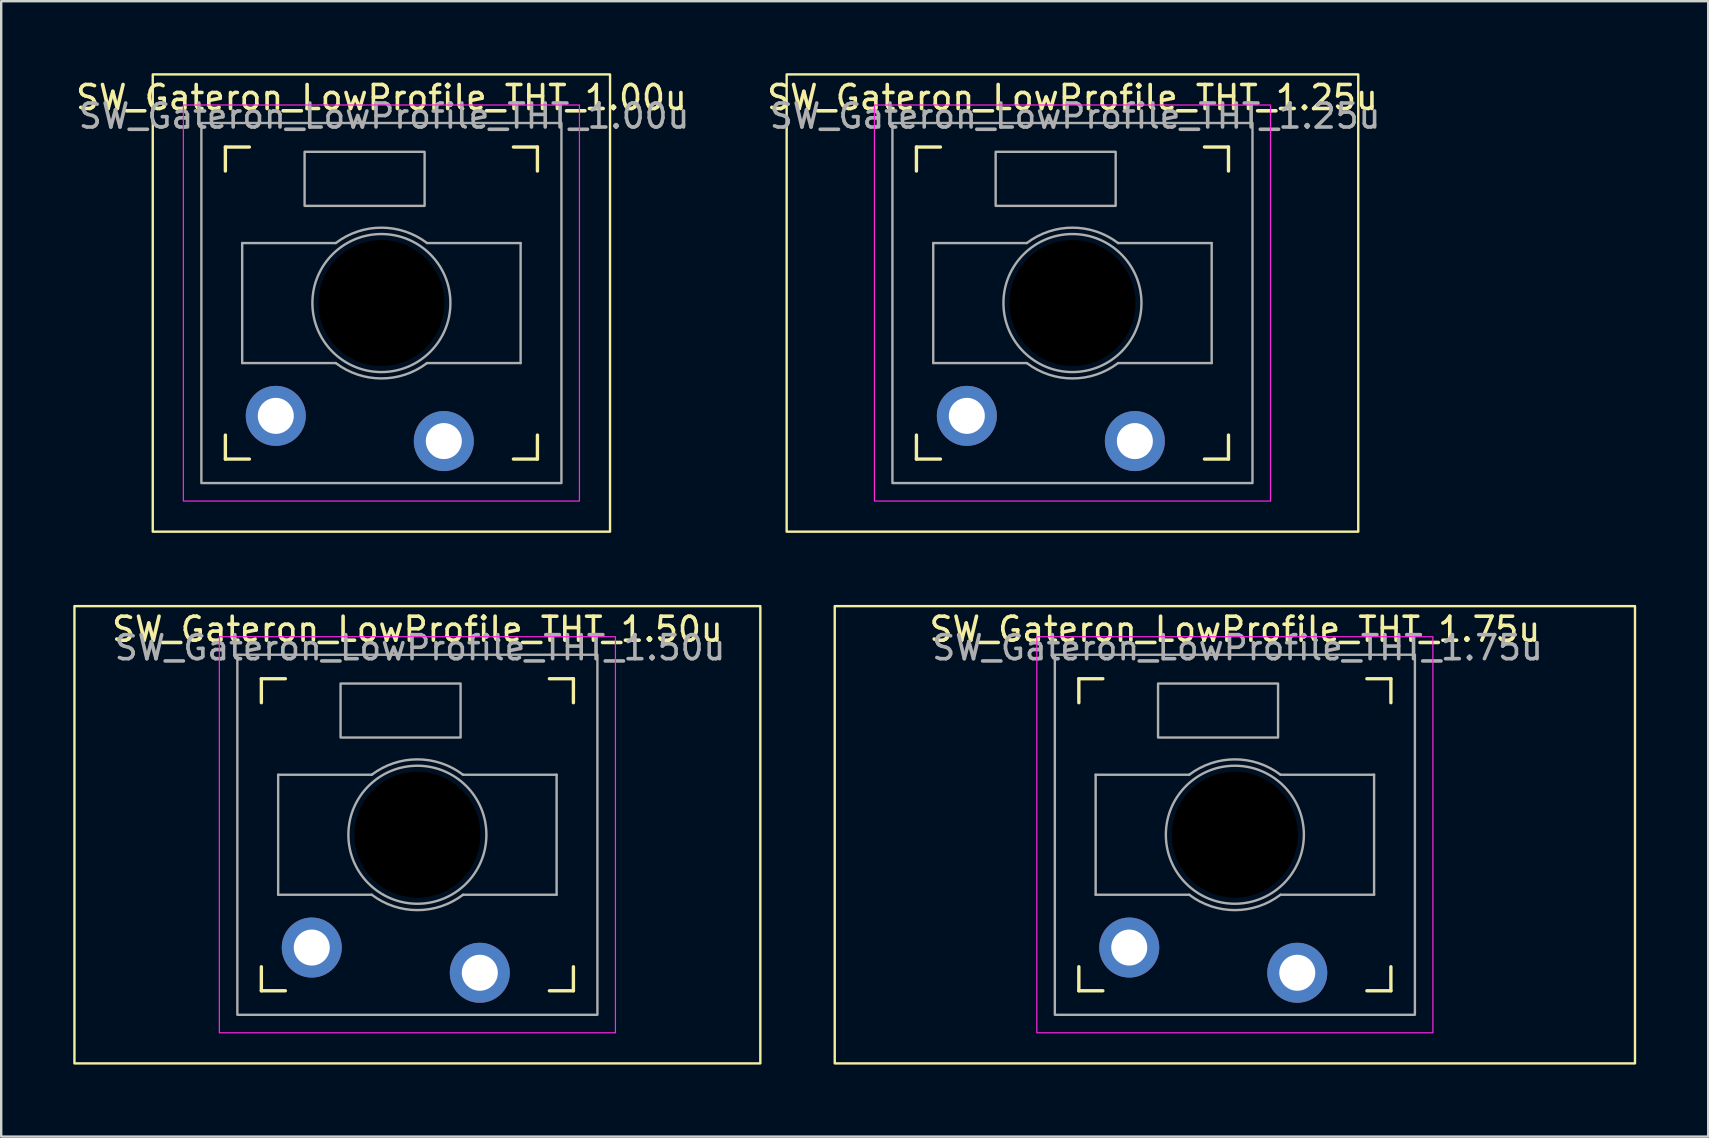
<source format=kicad_pcb>
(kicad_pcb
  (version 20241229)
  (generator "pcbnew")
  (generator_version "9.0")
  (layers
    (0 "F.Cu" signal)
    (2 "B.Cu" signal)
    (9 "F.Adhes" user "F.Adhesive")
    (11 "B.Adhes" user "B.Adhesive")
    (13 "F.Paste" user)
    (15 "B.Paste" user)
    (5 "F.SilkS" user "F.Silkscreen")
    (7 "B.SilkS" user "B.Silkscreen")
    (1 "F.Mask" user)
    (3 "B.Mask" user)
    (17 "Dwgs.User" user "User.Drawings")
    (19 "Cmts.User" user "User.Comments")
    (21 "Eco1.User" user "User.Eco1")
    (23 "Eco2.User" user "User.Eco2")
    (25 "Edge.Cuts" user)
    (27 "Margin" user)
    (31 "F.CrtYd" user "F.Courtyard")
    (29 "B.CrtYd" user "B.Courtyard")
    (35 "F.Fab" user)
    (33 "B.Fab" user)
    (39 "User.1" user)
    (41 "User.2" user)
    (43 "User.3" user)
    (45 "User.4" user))
  (footprint "SW_Gateron_LowProfile_THT_1.50u"
    (layer "F.Cu")
    (at 14.338 31.725)
    (property "Reference" "SW_Gateron_LowProfile_THT_1.50u" (at 0 -8.56 0) (unlocked yes) (layer "F.SilkS") (effects (font (size 1 1) (thickness 0.15))))
    (attr through_hole)
    (fp_line (start -6.5 -5.5) (end -6.5 -6.5) (stroke (width 0.14) (type solid)) (layer "F.SilkS"))
    (fp_line (start -6.5 6.5) (end -6.5 5.5) (stroke (width 0.14) (type solid)) (layer "F.SilkS"))
    (fp_line (start -6.5 6.5) (end -5.5 6.5) (stroke (width 0.14) (type solid)) (layer "F.SilkS"))
    (fp_line (start -5.5 -6.5) (end -6.5 -6.5) (stroke (width 0.14) (type solid)) (layer "F.SilkS"))
    (fp_line (start 5.5 6.5) (end 6.5 6.5) (stroke (width 0.14) (type solid)) (layer "F.SilkS"))
    (fp_line (start 6.5 -6.5) (end 5.5 -6.5) (stroke (width 0.14) (type solid)) (layer "F.SilkS"))
    (fp_line (start 6.5 -6.5) (end 6.5 -5.5) (stroke (width 0.14) (type solid)) (layer "F.SilkS"))
    (fp_line (start 6.5 5.5) (end 6.5 6.5) (stroke (width 0.14) (type solid)) (layer "F.SilkS"))
    (fp_rect (start -14.287 -9.525) (end 14.287 9.525) (stroke (width 0.1) (type default)) (fill no) (layer "F.SilkS"))
    (fp_rect (start -8.25 8.25) (end 8.25 -8.25) (stroke (width 0.05) (type solid)) (fill no) (layer "F.CrtYd"))
    (fp_line (start -5.8 -2.5) (end -1.9 -2.5) (stroke (width 0.1) (type default)) (layer "F.Fab"))
    (fp_line (start -5.8 2.5) (end -5.8 -2.5) (stroke (width 0.1) (type default)) (layer "F.Fab"))
    (fp_line (start -1.9 2.5) (end -5.8 2.5) (stroke (width 0.1) (type default)) (layer "F.Fab"))
    (fp_line (start 1.9 -2.5) (end 5.8 -2.5) (stroke (width 0.1) (type default)) (layer "F.Fab"))
    (fp_line (start 5.8 -2.5) (end 5.8 2.5) (stroke (width 0.1) (type default)) (layer "F.Fab"))
    (fp_line (start 5.8 2.5) (end 1.9 2.5) (stroke (width 0.1) (type default)) (layer "F.Fab"))
    (fp_rect (start -7.5 7.5) (end 7.5 -7.5) (stroke (width 0.1) (type solid)) (fill no) (layer "F.Fab"))
    (fp_rect (start -3.2 -6.3) (end 1.8 -4.05) (stroke (width 0.1) (type default)) (fill no) (layer "F.Fab"))
    (fp_arc (start -1.9 -2.499999) (mid 0 -3.140063) (end 1.9 -2.499999) (stroke (width 0.1) (type default)) (layer "F.Fab"))
    (fp_arc (start 1.9 2.499999) (mid 0 3.140063) (end -1.9 2.499999) (stroke (width 0.1) (type default)) (layer "F.Fab"))
    (fp_circle (center 0 0) (end 2.875 0) (stroke (width 0.1) (type default)) (fill no) (layer "F.Fab"))
    (fp_poly (pts (xy -2.05 -0.64) (xy -0.6 -0.64) (xy -0.6 -2) (xy 0.5 -2) (xy 0.5 -0.64) (xy 1.95 -0.64) (xy 1.95 0.64) (xy 0.5 0.64) (xy 0.5 2) (xy -0.6 2) (xy -0.6 0.64) (xy -2.05 0.64)) (stroke (width 0.1) (type solid)) (fill no) (layer "F.Fab"))
    (fp_text user "${REFERENCE}" (at 0.11 -7.79 0) (unlocked yes) (layer "F.Fab") (effects (font (size 1 1) (thickness 0.15))))
    (pad "" np_thru_hole circle (at 0 0 180) (size 5.25 5.25) (drill 5.25) (layers "*.Mask"))
    (pad "1" thru_hole circle (at -4.4 4.7 180) (size 2.5 2.5) (drill 1.5) (layers "*.Cu" "B.Mask"))
    (pad "2" thru_hole circle (at 2.6 5.75 180) (size 2.5 2.5) (drill 1.5) (layers "*.Cu" "B.Mask")))
  (footprint "SW_Gateron_LowProfile_THT_1.25u"
    (layer "F.Cu")
    (at 41.628 9.575)
    (property "Reference" "SW_Gateron_LowProfile_THT_1.25u" (at 0 -8.56 0) (unlocked yes) (layer "F.SilkS") (effects (font (size 1 1) (thickness 0.15))))
    (attr through_hole)
    (fp_line (start -6.5 -5.5) (end -6.5 -6.5) (stroke (width 0.14) (type solid)) (layer "F.SilkS"))
    (fp_line (start -6.5 6.5) (end -6.5 5.5) (stroke (width 0.14) (type solid)) (layer "F.SilkS"))
    (fp_line (start -6.5 6.5) (end -5.5 6.5) (stroke (width 0.14) (type solid)) (layer "F.SilkS"))
    (fp_line (start -5.5 -6.5) (end -6.5 -6.5) (stroke (width 0.14) (type solid)) (layer "F.SilkS"))
    (fp_line (start 5.5 6.5) (end 6.5 6.5) (stroke (width 0.14) (type solid)) (layer "F.SilkS"))
    (fp_line (start 6.5 -6.5) (end 5.5 -6.5) (stroke (width 0.14) (type solid)) (layer "F.SilkS"))
    (fp_line (start 6.5 -6.5) (end 6.5 -5.5) (stroke (width 0.14) (type solid)) (layer "F.SilkS"))
    (fp_line (start 6.5 5.5) (end 6.5 6.5) (stroke (width 0.14) (type solid)) (layer "F.SilkS"))
    (fp_rect (start -11.906 -9.525) (end 11.906 9.525) (stroke (width 0.1) (type default)) (fill no) (layer "F.SilkS"))
    (fp_rect (start -8.25 8.25) (end 8.25 -8.25) (stroke (width 0.05) (type solid)) (fill no) (layer "F.CrtYd"))
    (fp_line (start -5.8 -2.5) (end -1.9 -2.5) (stroke (width 0.1) (type default)) (layer "F.Fab"))
    (fp_line (start -5.8 2.5) (end -5.8 -2.5) (stroke (width 0.1) (type default)) (layer "F.Fab"))
    (fp_line (start -1.9 2.5) (end -5.8 2.5) (stroke (width 0.1) (type default)) (layer "F.Fab"))
    (fp_line (start 1.9 -2.5) (end 5.8 -2.5) (stroke (width 0.1) (type default)) (layer "F.Fab"))
    (fp_line (start 5.8 -2.5) (end 5.8 2.5) (stroke (width 0.1) (type default)) (layer "F.Fab"))
    (fp_line (start 5.8 2.5) (end 1.9 2.5) (stroke (width 0.1) (type default)) (layer "F.Fab"))
    (fp_rect (start -7.5 7.5) (end 7.5 -7.5) (stroke (width 0.1) (type solid)) (fill no) (layer "F.Fab"))
    (fp_rect (start -3.2 -6.3) (end 1.8 -4.05) (stroke (width 0.1) (type default)) (fill no) (layer "F.Fab"))
    (fp_arc (start -1.9 -2.499999) (mid 0 -3.140063) (end 1.9 -2.499999) (stroke (width 0.1) (type default)) (layer "F.Fab"))
    (fp_arc (start 1.9 2.499999) (mid 0 3.140063) (end -1.9 2.499999) (stroke (width 0.1) (type default)) (layer "F.Fab"))
    (fp_circle (center 0 0) (end 2.875 0) (stroke (width 0.1) (type default)) (fill no) (layer "F.Fab"))
    (fp_poly (pts (xy -2.05 -0.64) (xy -0.6 -0.64) (xy -0.6 -2) (xy 0.5 -2) (xy 0.5 -0.64) (xy 1.95 -0.64) (xy 1.95 0.64) (xy 0.5 0.64) (xy 0.5 2) (xy -0.6 2) (xy -0.6 0.64) (xy -2.05 0.64)) (stroke (width 0.1) (type solid)) (fill no) (layer "F.Fab"))
    (fp_text user "${REFERENCE}" (at 0.11 -7.79 0) (unlocked yes) (layer "F.Fab") (effects (font (size 1 1) (thickness 0.15))))
    (pad "" np_thru_hole circle (at 0 0 180) (size 5.25 5.25) (drill 5.25) (layers "*.Mask"))
    (pad "1" thru_hole circle (at -4.4 4.7 180) (size 2.5 2.5) (drill 1.5) (layers "*.Cu" "B.Mask"))
    (pad "2" thru_hole circle (at 2.6 5.75 180) (size 2.5 2.5) (drill 1.5) (layers "*.Cu" "B.Mask")))
  (footprint "SW_Gateron_LowProfile_THT_1.00u"
    (layer "F.Cu")
    (at 12.839 9.575)
    (property "Reference" "SW_Gateron_LowProfile_THT_1.00u" (at 0 -8.56 0) (unlocked yes) (layer "F.SilkS") (effects (font (size 1 1) (thickness 0.15))))
    (attr through_hole)
    (fp_line (start -6.5 -5.5) (end -6.5 -6.5) (stroke (width 0.14) (type solid)) (layer "F.SilkS"))
    (fp_line (start -6.5 6.5) (end -6.5 5.5) (stroke (width 0.14) (type solid)) (layer "F.SilkS"))
    (fp_line (start -6.5 6.5) (end -5.5 6.5) (stroke (width 0.14) (type solid)) (layer "F.SilkS"))
    (fp_line (start -5.5 -6.5) (end -6.5 -6.5) (stroke (width 0.14) (type solid)) (layer "F.SilkS"))
    (fp_line (start 5.5 6.5) (end 6.5 6.5) (stroke (width 0.14) (type solid)) (layer "F.SilkS"))
    (fp_line (start 6.5 -6.5) (end 5.5 -6.5) (stroke (width 0.14) (type solid)) (layer "F.SilkS"))
    (fp_line (start 6.5 -6.5) (end 6.5 -5.5) (stroke (width 0.14) (type solid)) (layer "F.SilkS"))
    (fp_line (start 6.5 5.5) (end 6.5 6.5) (stroke (width 0.14) (type solid)) (layer "F.SilkS"))
    (fp_rect (start -9.525 -9.525) (end 9.525 9.525) (stroke (width 0.1) (type default)) (fill no) (layer "F.SilkS"))
    (fp_rect (start -8.25 8.25) (end 8.25 -8.25) (stroke (width 0.05) (type solid)) (fill no) (layer "F.CrtYd"))
    (fp_line (start -5.8 -2.5) (end -1.9 -2.5) (stroke (width 0.1) (type default)) (layer "F.Fab"))
    (fp_line (start -5.8 2.5) (end -5.8 -2.5) (stroke (width 0.1) (type default)) (layer "F.Fab"))
    (fp_line (start -1.9 2.5) (end -5.8 2.5) (stroke (width 0.1) (type default)) (layer "F.Fab"))
    (fp_line (start 1.9 -2.5) (end 5.8 -2.5) (stroke (width 0.1) (type default)) (layer "F.Fab"))
    (fp_line (start 5.8 -2.5) (end 5.8 2.5) (stroke (width 0.1) (type default)) (layer "F.Fab"))
    (fp_line (start 5.8 2.5) (end 1.9 2.5) (stroke (width 0.1) (type default)) (layer "F.Fab"))
    (fp_rect (start -7.5 7.5) (end 7.5 -7.5) (stroke (width 0.1) (type solid)) (fill no) (layer "F.Fab"))
    (fp_rect (start -3.2 -6.3) (end 1.8 -4.05) (stroke (width 0.1) (type default)) (fill no) (layer "F.Fab"))
    (fp_arc (start -1.9 -2.499999) (mid 0 -3.140063) (end 1.9 -2.499999) (stroke (width 0.1) (type default)) (layer "F.Fab"))
    (fp_arc (start 1.9 2.499999) (mid 0 3.140063) (end -1.9 2.499999) (stroke (width 0.1) (type default)) (layer "F.Fab"))
    (fp_circle (center 0 0) (end 2.875 0) (stroke (width 0.1) (type default)) (fill no) (layer "F.Fab"))
    (fp_poly (pts (xy -2.05 -0.64) (xy -0.6 -0.64) (xy -0.6 -2) (xy 0.5 -2) (xy 0.5 -0.64) (xy 1.95 -0.64) (xy 1.95 0.64) (xy 0.5 0.64) (xy 0.5 2) (xy -0.6 2) (xy -0.6 0.64) (xy -2.05 0.64)) (stroke (width 0.1) (type solid)) (fill no) (layer "F.Fab"))
    (fp_text user "${REFERENCE}" (at 0.11 -7.79 0) (unlocked yes) (layer "F.Fab") (effects (font (size 1 1) (thickness 0.15))))
    (pad "" np_thru_hole circle (at 0 0 180) (size 5.25 5.25) (drill 5.25) (layers "*.Mask"))
    (pad "1" thru_hole circle (at -4.4 4.7 180) (size 2.5 2.5) (drill 1.5) (layers "*.Cu" "B.Mask"))
    (pad "2" thru_hole circle (at 2.6 5.75 180) (size 2.5 2.5) (drill 1.5) (layers "*.Cu" "B.Mask")))
  (footprint "SW_Gateron_LowProfile_THT_1.75u"
    (layer "F.Cu")
    (at 48.394 31.725)
    (property "Reference" "SW_Gateron_LowProfile_THT_1.75u" (at 0 -8.56 0) (unlocked yes) (layer "F.SilkS") (effects (font (size 1 1) (thickness 0.15))))
    (attr through_hole)
    (fp_line (start -6.5 -5.5) (end -6.5 -6.5) (stroke (width 0.14) (type solid)) (layer "F.SilkS"))
    (fp_line (start -6.5 6.5) (end -6.5 5.5) (stroke (width 0.14) (type solid)) (layer "F.SilkS"))
    (fp_line (start -6.5 6.5) (end -5.5 6.5) (stroke (width 0.14) (type solid)) (layer "F.SilkS"))
    (fp_line (start -5.5 -6.5) (end -6.5 -6.5) (stroke (width 0.14) (type solid)) (layer "F.SilkS"))
    (fp_line (start 5.5 6.5) (end 6.5 6.5) (stroke (width 0.14) (type solid)) (layer "F.SilkS"))
    (fp_line (start 6.5 -6.5) (end 5.5 -6.5) (stroke (width 0.14) (type solid)) (layer "F.SilkS"))
    (fp_line (start 6.5 -6.5) (end 6.5 -5.5) (stroke (width 0.14) (type solid)) (layer "F.SilkS"))
    (fp_line (start 6.5 5.5) (end 6.5 6.5) (stroke (width 0.14) (type solid)) (layer "F.SilkS"))
    (fp_rect (start -16.669 -9.525) (end 16.669 9.525) (stroke (width 0.1) (type default)) (fill no) (layer "F.SilkS"))
    (fp_rect (start -8.25 8.25) (end 8.25 -8.25) (stroke (width 0.05) (type solid)) (fill no) (layer "F.CrtYd"))
    (fp_line (start -5.8 -2.5) (end -1.9 -2.5) (stroke (width 0.1) (type default)) (layer "F.Fab"))
    (fp_line (start -5.8 2.5) (end -5.8 -2.5) (stroke (width 0.1) (type default)) (layer "F.Fab"))
    (fp_line (start -1.9 2.5) (end -5.8 2.5) (stroke (width 0.1) (type default)) (layer "F.Fab"))
    (fp_line (start 1.9 -2.5) (end 5.8 -2.5) (stroke (width 0.1) (type default)) (layer "F.Fab"))
    (fp_line (start 5.8 -2.5) (end 5.8 2.5) (stroke (width 0.1) (type default)) (layer "F.Fab"))
    (fp_line (start 5.8 2.5) (end 1.9 2.5) (stroke (width 0.1) (type default)) (layer "F.Fab"))
    (fp_rect (start -7.5 7.5) (end 7.5 -7.5) (stroke (width 0.1) (type solid)) (fill no) (layer "F.Fab"))
    (fp_rect (start -3.2 -6.3) (end 1.8 -4.05) (stroke (width 0.1) (type default)) (fill no) (layer "F.Fab"))
    (fp_arc (start -1.9 -2.499999) (mid 0 -3.140063) (end 1.9 -2.499999) (stroke (width 0.1) (type default)) (layer "F.Fab"))
    (fp_arc (start 1.9 2.499999) (mid 0 3.140063) (end -1.9 2.499999) (stroke (width 0.1) (type default)) (layer "F.Fab"))
    (fp_circle (center 0 0) (end 2.875 0) (stroke (width 0.1) (type default)) (fill no) (layer "F.Fab"))
    (fp_poly (pts (xy -2.05 -0.64) (xy -0.6 -0.64) (xy -0.6 -2) (xy 0.5 -2) (xy 0.5 -0.64) (xy 1.95 -0.64) (xy 1.95 0.64) (xy 0.5 0.64) (xy 0.5 2) (xy -0.6 2) (xy -0.6 0.64) (xy -2.05 0.64)) (stroke (width 0.1) (type solid)) (fill no) (layer "F.Fab"))
    (fp_text user "${REFERENCE}" (at 0.11 -7.79 0) (unlocked yes) (layer "F.Fab") (effects (font (size 1 1) (thickness 0.15))))
    (pad "" np_thru_hole circle (at 0 0 180) (size 5.25 5.25) (drill 5.25) (layers "*.Mask"))
    (pad "1" thru_hole circle (at -4.4 4.7 180) (size 2.5 2.5) (drill 1.5) (layers "*.Cu" "B.Mask"))
    (pad "2" thru_hole circle (at 2.6 5.75 180) (size 2.5 2.5) (drill 1.5) (layers "*.Cu" "B.Mask")))
  (gr_rect
    (start -3 -3)
    (end 68.112 44.3)
    (stroke (width 0.1) (type default))
    (fill no)
    (layer "Edge.Cuts")))
</source>
